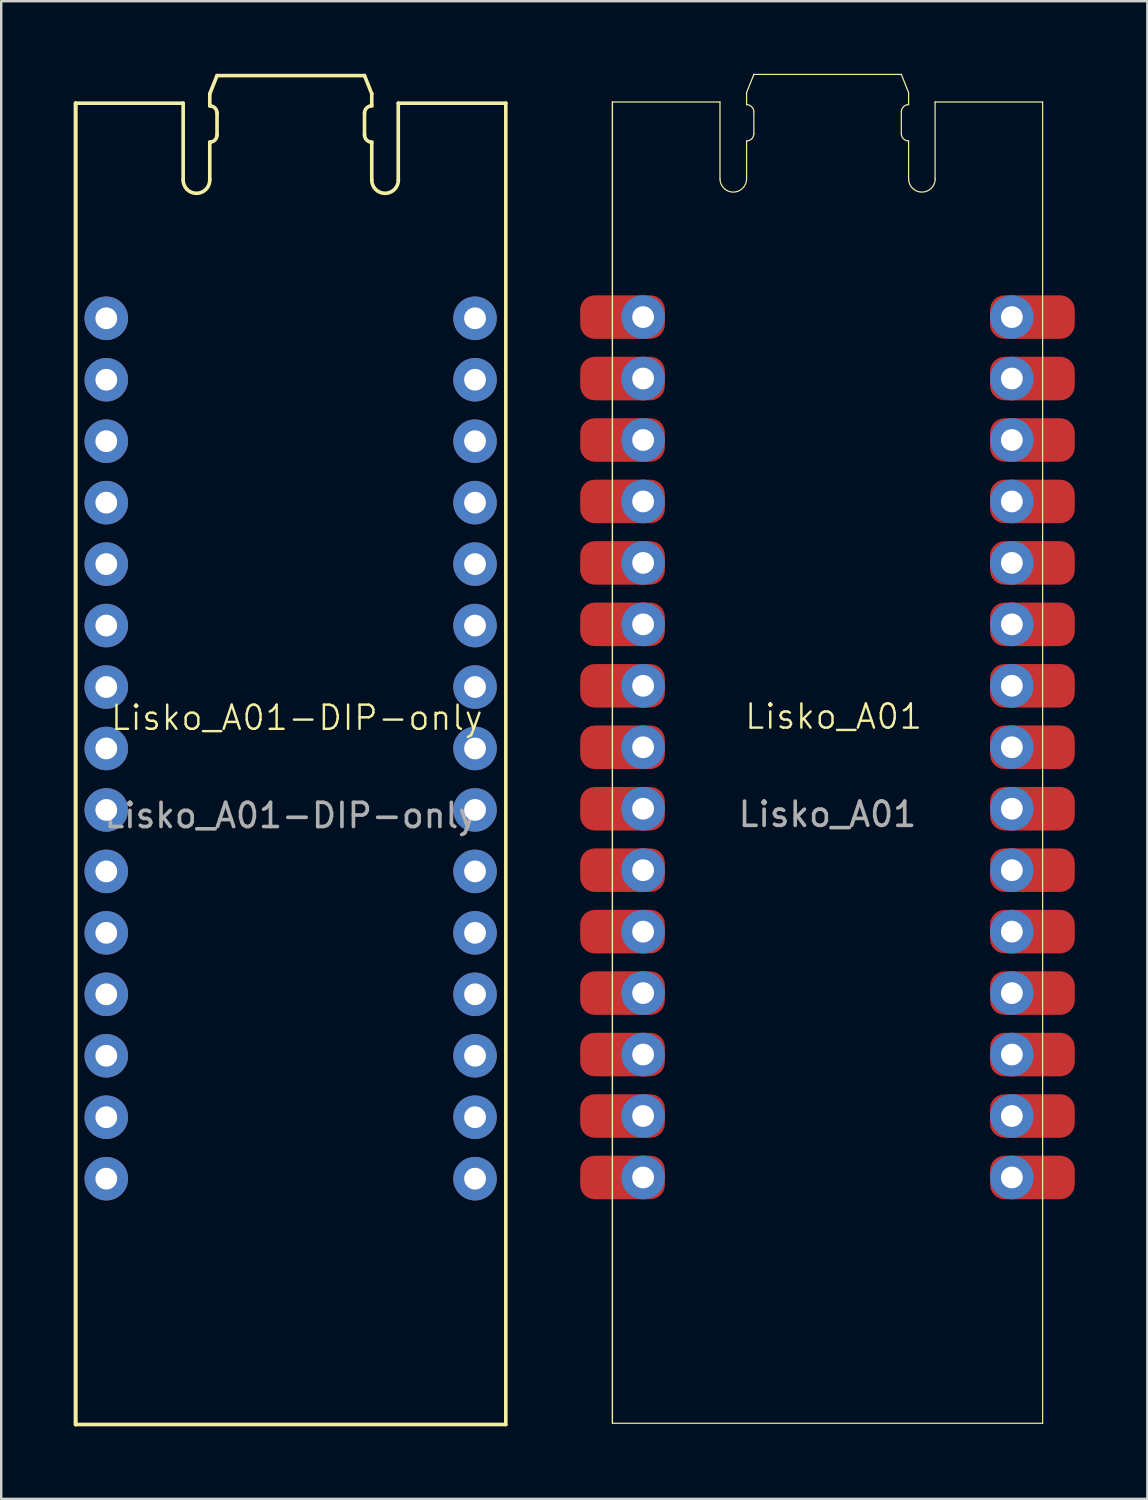
<source format=kicad_pcb>
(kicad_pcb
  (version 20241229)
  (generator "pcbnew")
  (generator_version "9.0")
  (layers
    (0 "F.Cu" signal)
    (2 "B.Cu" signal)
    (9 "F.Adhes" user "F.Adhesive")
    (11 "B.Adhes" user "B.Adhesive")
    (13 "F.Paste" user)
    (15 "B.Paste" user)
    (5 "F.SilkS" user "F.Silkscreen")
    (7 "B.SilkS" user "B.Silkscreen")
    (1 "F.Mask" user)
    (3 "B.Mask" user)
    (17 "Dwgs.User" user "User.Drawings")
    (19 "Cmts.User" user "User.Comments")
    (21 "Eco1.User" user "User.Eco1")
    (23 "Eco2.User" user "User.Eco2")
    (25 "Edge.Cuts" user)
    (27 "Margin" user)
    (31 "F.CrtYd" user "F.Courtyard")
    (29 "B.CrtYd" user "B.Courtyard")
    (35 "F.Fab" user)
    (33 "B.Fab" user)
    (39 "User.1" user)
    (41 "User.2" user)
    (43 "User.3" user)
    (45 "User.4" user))
  (footprint "Lisko_A01"
    (layer "F.Cu")
    (at 23.53 10.055)
    (property "Reference" "Lisko_A01" (at 7.874 16.51 0) (unlocked yes) (layer "F.SilkS") (effects (font (size 1 1) (thickness 0.1))))
    (attr through_hole)
    (fp_line (start -1.268 -8.89) (end -1.268 45.72) (stroke (width 0.05) (type default)) (layer "F.SilkS"))
    (fp_line (start -1.268 -8.89) (end -1.268 45.72) (stroke (width 0.05) (type default)) (layer "F.SilkS"))
    (fp_line (start -1.268 -8.89) (end 3.177 -8.89) (stroke (width 0.05) (type default)) (layer "F.SilkS"))
    (fp_line (start -1.268 45.72) (end 16.512 45.72) (stroke (width 0.05) (type default)) (layer "F.SilkS"))
    (fp_line (start 3.177 -8.89) (end 3.177 -5.715) (stroke (width 0.05) (type default)) (layer "F.SilkS"))
    (fp_line (start 4.277 -8.78) (end 4.277 -9.28) (stroke (width 0.05) (type default)) (layer "F.SilkS"))
    (fp_line (start 4.277 -5.715) (end 4.277 -7.28) (stroke (width 0.05) (type default)) (layer "F.SilkS"))
    (fp_line (start 4.577 -10.03) (end 4.277 -9.28) (stroke (width 0.05) (type default)) (layer "F.SilkS"))
    (fp_line (start 4.577 -7.58) (end 4.577 -8.48) (stroke (width 0.05) (type default)) (layer "F.SilkS"))
    (fp_line (start 10.672 -10.03) (end 4.577 -10.03) (stroke (width 0.05) (type default)) (layer "F.SilkS"))
    (fp_line (start 10.672 -10.03) (end 10.972 -9.28) (stroke (width 0.05) (type default)) (layer "F.SilkS"))
    (fp_line (start 10.672 -8.48) (end 10.672 -7.58) (stroke (width 0.05) (type default)) (layer "F.SilkS"))
    (fp_line (start 10.972 -9.28) (end 10.972 -8.78) (stroke (width 0.05) (type default)) (layer "F.SilkS"))
    (fp_line (start 10.972 -5.715) (end 10.972 -7.28) (stroke (width 0.05) (type default)) (layer "F.SilkS"))
    (fp_line (start 12.067 -8.89) (end 12.067 -5.715) (stroke (width 0.05) (type default)) (layer "F.SilkS"))
    (fp_line (start 16.512 -8.89) (end 12.067 -8.89) (stroke (width 0.05) (type default)) (layer "F.SilkS"))
    (fp_line (start 16.512 45.72) (end 16.512 -8.89) (stroke (width 0.05) (type default)) (layer "F.SilkS"))
    (fp_arc (start 4.277 -8.78) (mid 4.489132 -8.692132) (end 4.577 -8.48) (stroke (width 0.05) (type default)) (layer "F.SilkS"))
    (fp_arc (start 4.277 -5.715) (mid 3.727 -5.165) (end 3.177 -5.715) (stroke (width 0.05) (type default)) (layer "F.SilkS"))
    (fp_arc (start 4.577 -7.58) (mid 4.489132 -7.367868) (end 4.277 -7.28) (stroke (width 0.05) (type default)) (layer "F.SilkS"))
    (fp_arc (start 10.672 -8.48) (mid 10.759868 -8.692132) (end 10.972 -8.78) (stroke (width 0.05) (type default)) (layer "F.SilkS"))
    (fp_arc (start 10.972 -7.28) (mid 10.759868 -7.367868) (end 10.672 -7.58) (stroke (width 0.05) (type default)) (layer "F.SilkS"))
    (fp_arc (start 12.072 -5.715) (mid 11.522 -5.165) (end 10.972 -5.715) (stroke (width 0.05) (type default)) (layer "F.SilkS"))
    (fp_text user "${REFERENCE}" (at 7.62 20.55 0) (unlocked yes) (layer "F.Fab") (effects (font (size 1 1) (thickness 0.15))))
    (pad "1" smd roundrect (at -0.85 0 180) (size 3.5 1.8) (layers "F.Cu" "F.Mask" "F.Paste") (roundrect_rratio 0.333))
    (pad "1" thru_hole circle (at 0 0 180) (size 1.8 1.8) (drill 0.9) (property pad_prop_castellated) (layers "*.Cu" "*.Mask"))
    (pad "2" smd roundrect (at -0.85 2.54 180) (size 3.5 1.8) (layers "F.Cu" "F.Mask" "F.Paste") (roundrect_rratio 0.333))
    (pad "2" thru_hole circle (at 0 2.54 180) (size 1.8 1.8) (drill 0.9) (property pad_prop_castellated) (layers "*.Cu" "*.Mask"))
    (pad "3" smd roundrect (at -0.85 5.08 180) (size 3.5 1.8) (layers "F.Cu" "F.Mask" "F.Paste") (roundrect_rratio 0.333))
    (pad "3" thru_hole circle (at 0 5.08 180) (size 1.8 1.8) (drill 0.9) (property pad_prop_castellated) (layers "*.Cu" "*.Mask"))
    (pad "4" smd roundrect (at -0.85 7.62 180) (size 3.5 1.8) (layers "F.Cu" "F.Mask" "F.Paste") (roundrect_rratio 0.333))
    (pad "4" thru_hole circle (at 0 7.62 180) (size 1.8 1.8) (drill 0.9) (property pad_prop_castellated) (layers "*.Cu" "*.Mask"))
    (pad "5" smd roundrect (at -0.85 10.16 180) (size 3.5 1.8) (layers "F.Cu" "F.Mask" "F.Paste") (roundrect_rratio 0.333))
    (pad "5" thru_hole circle (at 0 10.16 180) (size 1.8 1.8) (drill 0.9) (property pad_prop_castellated) (layers "*.Cu" "*.Mask"))
    (pad "6" smd roundrect (at -0.85 12.7 180) (size 3.5 1.8) (layers "F.Cu" "F.Mask" "F.Paste") (roundrect_rratio 0.333))
    (pad "6" thru_hole circle (at 0 12.7 180) (size 1.8 1.8) (drill 0.9) (property pad_prop_castellated) (layers "*.Cu" "*.Mask"))
    (pad "7" smd roundrect (at -0.85 15.24 180) (size 3.5 1.8) (layers "F.Cu" "F.Mask" "F.Paste") (roundrect_rratio 0.333))
    (pad "7" thru_hole circle (at 0 15.24 180) (size 1.8 1.8) (drill 0.9) (property pad_prop_castellated) (layers "*.Cu" "*.Mask"))
    (pad "8" smd roundrect (at -0.85 17.78 180) (size 3.5 1.8) (layers "F.Cu" "F.Mask" "F.Paste") (roundrect_rratio 0.333))
    (pad "8" thru_hole circle (at 0 17.78 180) (size 1.8 1.8) (drill 0.9) (property pad_prop_castellated) (layers "*.Cu" "*.Mask"))
    (pad "9" smd roundrect (at -0.85 20.32 180) (size 3.5 1.8) (layers "F.Cu" "F.Mask" "F.Paste") (roundrect_rratio 0.333))
    (pad "9" thru_hole circle (at 0 20.32 180) (size 1.8 1.8) (drill 0.9) (property pad_prop_castellated) (layers "*.Cu" "*.Mask"))
    (pad "10" smd roundrect (at -0.85 22.86 180) (size 3.5 1.8) (layers "F.Cu" "F.Mask" "F.Paste") (roundrect_rratio 0.333))
    (pad "10" thru_hole circle (at 0 22.86 180) (size 1.8 1.8) (drill 0.9) (property pad_prop_castellated) (layers "*.Cu" "*.Mask"))
    (pad "11" smd roundrect (at -0.85 25.4 180) (size 3.5 1.8) (layers "F.Cu" "F.Mask" "F.Paste") (roundrect_rratio 0.333))
    (pad "11" thru_hole circle (at 0 25.4 180) (size 1.8 1.8) (drill 0.9) (property pad_prop_castellated) (layers "*.Cu" "*.Mask"))
    (pad "12" smd roundrect (at -0.85 27.94 180) (size 3.5 1.8) (layers "F.Cu" "F.Mask" "F.Paste") (roundrect_rratio 0.333))
    (pad "12" thru_hole circle (at 0 27.94 180) (size 1.8 1.8) (drill 0.9) (property pad_prop_castellated) (layers "*.Cu" "*.Mask"))
    (pad "13" smd roundrect (at -0.85 30.48 180) (size 3.5 1.8) (layers "F.Cu" "F.Mask" "F.Paste") (roundrect_rratio 0.333))
    (pad "13" thru_hole circle (at 0 30.48 180) (size 1.8 1.8) (drill 0.9) (property pad_prop_castellated) (layers "*.Cu" "*.Mask"))
    (pad "14" smd roundrect (at -0.85 33.02 180) (size 3.5 1.8) (layers "F.Cu" "F.Mask" "F.Paste") (roundrect_rratio 0.333))
    (pad "14" thru_hole circle (at 0 33.02 180) (size 1.8 1.8) (drill 0.9) (property pad_prop_castellated) (layers "*.Cu" "*.Mask"))
    (pad "15" smd roundrect (at -0.85 35.56 180) (size 3.5 1.8) (layers "F.Cu" "F.Mask" "F.Paste") (roundrect_rratio 0.333))
    (pad "15" thru_hole circle (at 0 35.56 180) (size 1.8 1.8) (drill 0.9) (property pad_prop_castellated) (layers "*.Cu" "*.Mask"))
    (pad "16" thru_hole circle (at 15.24 35.56) (size 1.8 1.8) (drill 0.9) (property pad_prop_castellated) (layers "*.Cu" "*.Mask"))
    (pad "16" smd roundrect (at 16.09 35.56) (size 3.5 1.8) (layers "F.Cu" "F.Mask" "F.Paste") (roundrect_rratio 0.333))
    (pad "17" thru_hole circle (at 15.24 33.02) (size 1.8 1.8) (drill 0.9) (property pad_prop_castellated) (layers "*.Cu" "*.Mask"))
    (pad "17" smd roundrect (at 16.09 33.02) (size 3.5 1.8) (layers "F.Cu" "F.Mask" "F.Paste") (roundrect_rratio 0.333))
    (pad "18" thru_hole circle (at 15.24 30.48) (size 1.8 1.8) (drill 0.9) (property pad_prop_castellated) (layers "*.Cu" "*.Mask"))
    (pad "18" smd roundrect (at 16.09 30.48) (size 3.5 1.8) (layers "F.Cu" "F.Mask" "F.Paste") (roundrect_rratio 0.333))
    (pad "19" thru_hole circle (at 15.24 27.94) (size 1.8 1.8) (drill 0.9) (property pad_prop_castellated) (layers "*.Cu" "*.Mask"))
    (pad "19" smd roundrect (at 16.09 27.94) (size 3.5 1.8) (layers "F.Cu" "F.Mask" "F.Paste") (roundrect_rratio 0.333))
    (pad "20" thru_hole circle (at 15.24 25.4) (size 1.8 1.8) (drill 0.9) (property pad_prop_castellated) (layers "*.Cu" "*.Mask"))
    (pad "20" smd roundrect (at 16.09 25.4) (size 3.5 1.8) (layers "F.Cu" "F.Mask" "F.Paste") (roundrect_rratio 0.333))
    (pad "21" thru_hole circle (at 15.24 22.86) (size 1.8 1.8) (drill 0.9) (property pad_prop_castellated) (layers "*.Cu" "*.Mask"))
    (pad "21" smd roundrect (at 16.09 22.86) (size 3.5 1.8) (layers "F.Cu" "F.Mask" "F.Paste") (roundrect_rratio 0.333))
    (pad "22" thru_hole circle (at 15.24 20.32) (size 1.8 1.8) (drill 0.9) (property pad_prop_castellated) (layers "*.Cu" "*.Mask"))
    (pad "22" smd roundrect (at 16.09 20.32) (size 3.5 1.8) (layers "F.Cu" "F.Mask" "F.Paste") (roundrect_rratio 0.333))
    (pad "23" thru_hole circle (at 15.24 17.78) (size 1.8 1.8) (drill 0.9) (property pad_prop_castellated) (layers "*.Cu" "*.Mask"))
    (pad "23" smd roundrect (at 16.09 17.78) (size 3.5 1.8) (layers "F.Cu" "F.Mask" "F.Paste") (roundrect_rratio 0.333))
    (pad "24" thru_hole circle (at 15.24 15.24) (size 1.8 1.8) (drill 0.9) (property pad_prop_castellated) (layers "*.Cu" "*.Mask"))
    (pad "24" smd roundrect (at 16.09 15.24) (size 3.5 1.8) (layers "F.Cu" "F.Mask" "F.Paste") (roundrect_rratio 0.333))
    (pad "25" thru_hole circle (at 15.24 12.7) (size 1.8 1.8) (drill 0.9) (property pad_prop_castellated) (layers "*.Cu" "*.Mask"))
    (pad "25" smd roundrect (at 16.09 12.7) (size 3.5 1.8) (layers "F.Cu" "F.Mask" "F.Paste") (roundrect_rratio 0.333))
    (pad "26" thru_hole circle (at 15.24 10.16) (size 1.8 1.8) (drill 0.9) (property pad_prop_castellated) (layers "*.Cu" "*.Mask"))
    (pad "26" smd roundrect (at 16.09 10.16) (size 3.5 1.8) (layers "F.Cu" "F.Mask" "F.Paste") (roundrect_rratio 0.333))
    (pad "27" thru_hole circle (at 15.24 7.62) (size 1.8 1.8) (drill 0.9) (property pad_prop_castellated) (layers "*.Cu" "*.Mask"))
    (pad "27" smd roundrect (at 16.09 7.62) (size 3.5 1.8) (layers "F.Cu" "F.Mask" "F.Paste") (roundrect_rratio 0.333))
    (pad "28" thru_hole circle (at 15.24 5.08) (size 1.8 1.8) (drill 0.9) (property pad_prop_castellated) (layers "*.Cu" "*.Mask"))
    (pad "28" smd roundrect (at 16.09 5.08) (size 3.5 1.8) (layers "F.Cu" "F.Mask" "F.Paste") (roundrect_rratio 0.333))
    (pad "29" thru_hole circle (at 15.24 2.54) (size 1.8 1.8) (drill 0.9) (property pad_prop_castellated) (layers "*.Cu" "*.Mask"))
    (pad "29" smd roundrect (at 16.09 2.54) (size 3.5 1.8) (layers "F.Cu" "F.Mask" "F.Paste") (roundrect_rratio 0.333))
    (pad "30" thru_hole circle (at 15.24 0) (size 1.8 1.8) (drill 0.9) (property pad_prop_castellated) (layers "*.Cu" "*.Mask"))
    (pad "30" smd roundrect (at 16.09 0) (size 3.5 1.8) (layers "F.Cu" "F.Mask" "F.Paste") (roundrect_rratio 0.333)))
  (footprint "Lisko_A01-DIP-only"
    (layer "F.Cu")
    (at 1.343 10.105)
    (property "Reference" "Lisko_A01-DIP-only" (at 7.874 16.51 0) (unlocked yes) (layer "F.SilkS") (effects (font (size 1 1) (thickness 0.1))))
    (attr through_hole)
    (fp_line (start -1.268 -8.89) (end -1.268 45.72) (stroke (width 0.15) (type default)) (layer "F.SilkS"))
    (fp_line (start -1.268 -8.89) (end -1.268 45.72) (stroke (width 0.15) (type default)) (layer "F.SilkS"))
    (fp_line (start -1.268 -8.89) (end 3.177 -8.89) (stroke (width 0.15) (type default)) (layer "F.SilkS"))
    (fp_line (start -1.268 45.72) (end 16.512 45.72) (stroke (width 0.15) (type default)) (layer "F.SilkS"))
    (fp_line (start 3.177 -8.89) (end 3.177 -5.715) (stroke (width 0.15) (type default)) (layer "F.SilkS"))
    (fp_line (start 4.277 -8.78) (end 4.277 -9.28) (stroke (width 0.15) (type default)) (layer "F.SilkS"))
    (fp_line (start 4.277 -5.715) (end 4.277 -7.28) (stroke (width 0.15) (type default)) (layer "F.SilkS"))
    (fp_line (start 4.577 -10.03) (end 4.277 -9.28) (stroke (width 0.15) (type default)) (layer "F.SilkS"))
    (fp_line (start 4.577 -7.58) (end 4.577 -8.48) (stroke (width 0.15) (type default)) (layer "F.SilkS"))
    (fp_line (start 10.672 -10.03) (end 4.577 -10.03) (stroke (width 0.15) (type default)) (layer "F.SilkS"))
    (fp_line (start 10.672 -10.03) (end 10.972 -9.28) (stroke (width 0.15) (type default)) (layer "F.SilkS"))
    (fp_line (start 10.672 -8.48) (end 10.672 -7.58) (stroke (width 0.15) (type default)) (layer "F.SilkS"))
    (fp_line (start 10.972 -9.28) (end 10.972 -8.78) (stroke (width 0.15) (type default)) (layer "F.SilkS"))
    (fp_line (start 10.972 -5.715) (end 10.972 -7.28) (stroke (width 0.15) (type default)) (layer "F.SilkS"))
    (fp_line (start 12.067 -8.89) (end 12.067 -5.715) (stroke (width 0.15) (type default)) (layer "F.SilkS"))
    (fp_line (start 16.512 -8.89) (end 12.067 -8.89) (stroke (width 0.15) (type default)) (layer "F.SilkS"))
    (fp_line (start 16.512 45.72) (end 16.512 -8.89) (stroke (width 0.15) (type default)) (layer "F.SilkS"))
    (fp_arc (start 4.277 -8.78) (mid 4.489132 -8.692132) (end 4.577 -8.48) (stroke (width 0.15) (type default)) (layer "F.SilkS"))
    (fp_arc (start 4.277 -5.715) (mid 3.727 -5.165) (end 3.177 -5.715) (stroke (width 0.15) (type default)) (layer "F.SilkS"))
    (fp_arc (start 4.577 -7.58) (mid 4.489132 -7.367868) (end 4.277 -7.28) (stroke (width 0.15) (type default)) (layer "F.SilkS"))
    (fp_arc (start 10.672 -8.48) (mid 10.759868 -8.692132) (end 10.972 -8.78) (stroke (width 0.15) (type default)) (layer "F.SilkS"))
    (fp_arc (start 10.972 -7.28) (mid 10.759868 -7.367868) (end 10.672 -7.58) (stroke (width 0.15) (type default)) (layer "F.SilkS"))
    (fp_arc (start 12.072 -5.715) (mid 11.522 -5.165) (end 10.972 -5.715) (stroke (width 0.15) (type default)) (layer "F.SilkS"))
    (fp_text user "${REFERENCE}" (at 7.62 20.55 0) (unlocked yes) (layer "F.Fab") (effects (font (size 1 1) (thickness 0.15))))
    (pad "1" thru_hole circle (at 0 0 180) (size 1.8 1.8) (drill 0.9) (property pad_prop_castellated) (layers "*.Cu" "*.Mask"))
    (pad "2" thru_hole circle (at 0 2.54 180) (size 1.8 1.8) (drill 0.9) (property pad_prop_castellated) (layers "*.Cu" "*.Mask"))
    (pad "3" thru_hole circle (at 0 5.08 180) (size 1.8 1.8) (drill 0.9) (property pad_prop_castellated) (layers "*.Cu" "*.Mask"))
    (pad "4" thru_hole circle (at 0 7.62 180) (size 1.8 1.8) (drill 0.9) (property pad_prop_castellated) (layers "*.Cu" "*.Mask"))
    (pad "5" thru_hole circle (at 0 10.16 180) (size 1.8 1.8) (drill 0.9) (property pad_prop_castellated) (layers "*.Cu" "*.Mask"))
    (pad "6" thru_hole circle (at 0 12.7 180) (size 1.8 1.8) (drill 0.9) (property pad_prop_castellated) (layers "*.Cu" "*.Mask"))
    (pad "7" thru_hole circle (at 0 15.24 180) (size 1.8 1.8) (drill 0.9) (property pad_prop_castellated) (layers "*.Cu" "*.Mask"))
    (pad "8" thru_hole circle (at 0 17.78 180) (size 1.8 1.8) (drill 0.9) (property pad_prop_castellated) (layers "*.Cu" "*.Mask"))
    (pad "9" thru_hole circle (at 0 20.32 180) (size 1.8 1.8) (drill 0.9) (property pad_prop_castellated) (layers "*.Cu" "*.Mask"))
    (pad "10" thru_hole circle (at 0 22.86 180) (size 1.8 1.8) (drill 0.9) (property pad_prop_castellated) (layers "*.Cu" "*.Mask"))
    (pad "11" thru_hole circle (at 0 25.4 180) (size 1.8 1.8) (drill 0.9) (property pad_prop_castellated) (layers "*.Cu" "*.Mask"))
    (pad "12" thru_hole circle (at 0 27.94 180) (size 1.8 1.8) (drill 0.9) (property pad_prop_castellated) (layers "*.Cu" "*.Mask"))
    (pad "13" thru_hole circle (at 0 30.48 180) (size 1.8 1.8) (drill 0.9) (property pad_prop_castellated) (layers "*.Cu" "*.Mask"))
    (pad "14" thru_hole circle (at 0 33.02 180) (size 1.8 1.8) (drill 0.9) (property pad_prop_castellated) (layers "*.Cu" "*.Mask"))
    (pad "15" thru_hole circle (at 0 35.56 180) (size 1.8 1.8) (drill 0.9) (property pad_prop_castellated) (layers "*.Cu" "*.Mask"))
    (pad "16" thru_hole circle (at 15.24 35.56) (size 1.8 1.8) (drill 0.9) (property pad_prop_castellated) (layers "*.Cu" "*.Mask"))
    (pad "17" thru_hole circle (at 15.24 33.02) (size 1.8 1.8) (drill 0.9) (property pad_prop_castellated) (layers "*.Cu" "*.Mask"))
    (pad "18" thru_hole circle (at 15.24 30.48) (size 1.8 1.8) (drill 0.9) (property pad_prop_castellated) (layers "*.Cu" "*.Mask"))
    (pad "19" thru_hole circle (at 15.24 27.94) (size 1.8 1.8) (drill 0.9) (property pad_prop_castellated) (layers "*.Cu" "*.Mask"))
    (pad "20" thru_hole circle (at 15.24 25.4) (size 1.8 1.8) (drill 0.9) (property pad_prop_castellated) (layers "*.Cu" "*.Mask"))
    (pad "21" thru_hole circle (at 15.24 22.86) (size 1.8 1.8) (drill 0.9) (property pad_prop_castellated) (layers "*.Cu" "*.Mask"))
    (pad "22" thru_hole circle (at 15.24 20.32) (size 1.8 1.8) (drill 0.9) (property pad_prop_castellated) (layers "*.Cu" "*.Mask"))
    (pad "23" thru_hole circle (at 15.24 17.78) (size 1.8 1.8) (drill 0.9) (property pad_prop_castellated) (layers "*.Cu" "*.Mask"))
    (pad "24" thru_hole circle (at 15.24 15.24) (size 1.8 1.8) (drill 0.9) (property pad_prop_castellated) (layers "*.Cu" "*.Mask"))
    (pad "25" thru_hole circle (at 15.24 12.7) (size 1.8 1.8) (drill 0.9) (property pad_prop_castellated) (layers "*.Cu" "*.Mask"))
    (pad "26" thru_hole circle (at 15.24 10.16) (size 1.8 1.8) (drill 0.9) (property pad_prop_castellated) (layers "*.Cu" "*.Mask"))
    (pad "27" thru_hole circle (at 15.24 7.62) (size 1.8 1.8) (drill 0.9) (property pad_prop_castellated) (layers "*.Cu" "*.Mask"))
    (pad "28" thru_hole circle (at 15.24 5.08) (size 1.8 1.8) (drill 0.9) (property pad_prop_castellated) (layers "*.Cu" "*.Mask"))
    (pad "29" thru_hole circle (at 15.24 2.54) (size 1.8 1.8) (drill 0.9) (property pad_prop_castellated) (layers "*.Cu" "*.Mask"))
    (pad "30" thru_hole circle (at 15.24 0) (size 1.8 1.8) (drill 0.9) (property pad_prop_castellated) (layers "*.Cu" "*.Mask")))
  (gr_rect
    (start -3 -3)
    (end 44.37 58.9)
    (stroke (width 0.1) (type default))
    (fill no)
    (layer "Edge.Cuts")))
</source>
